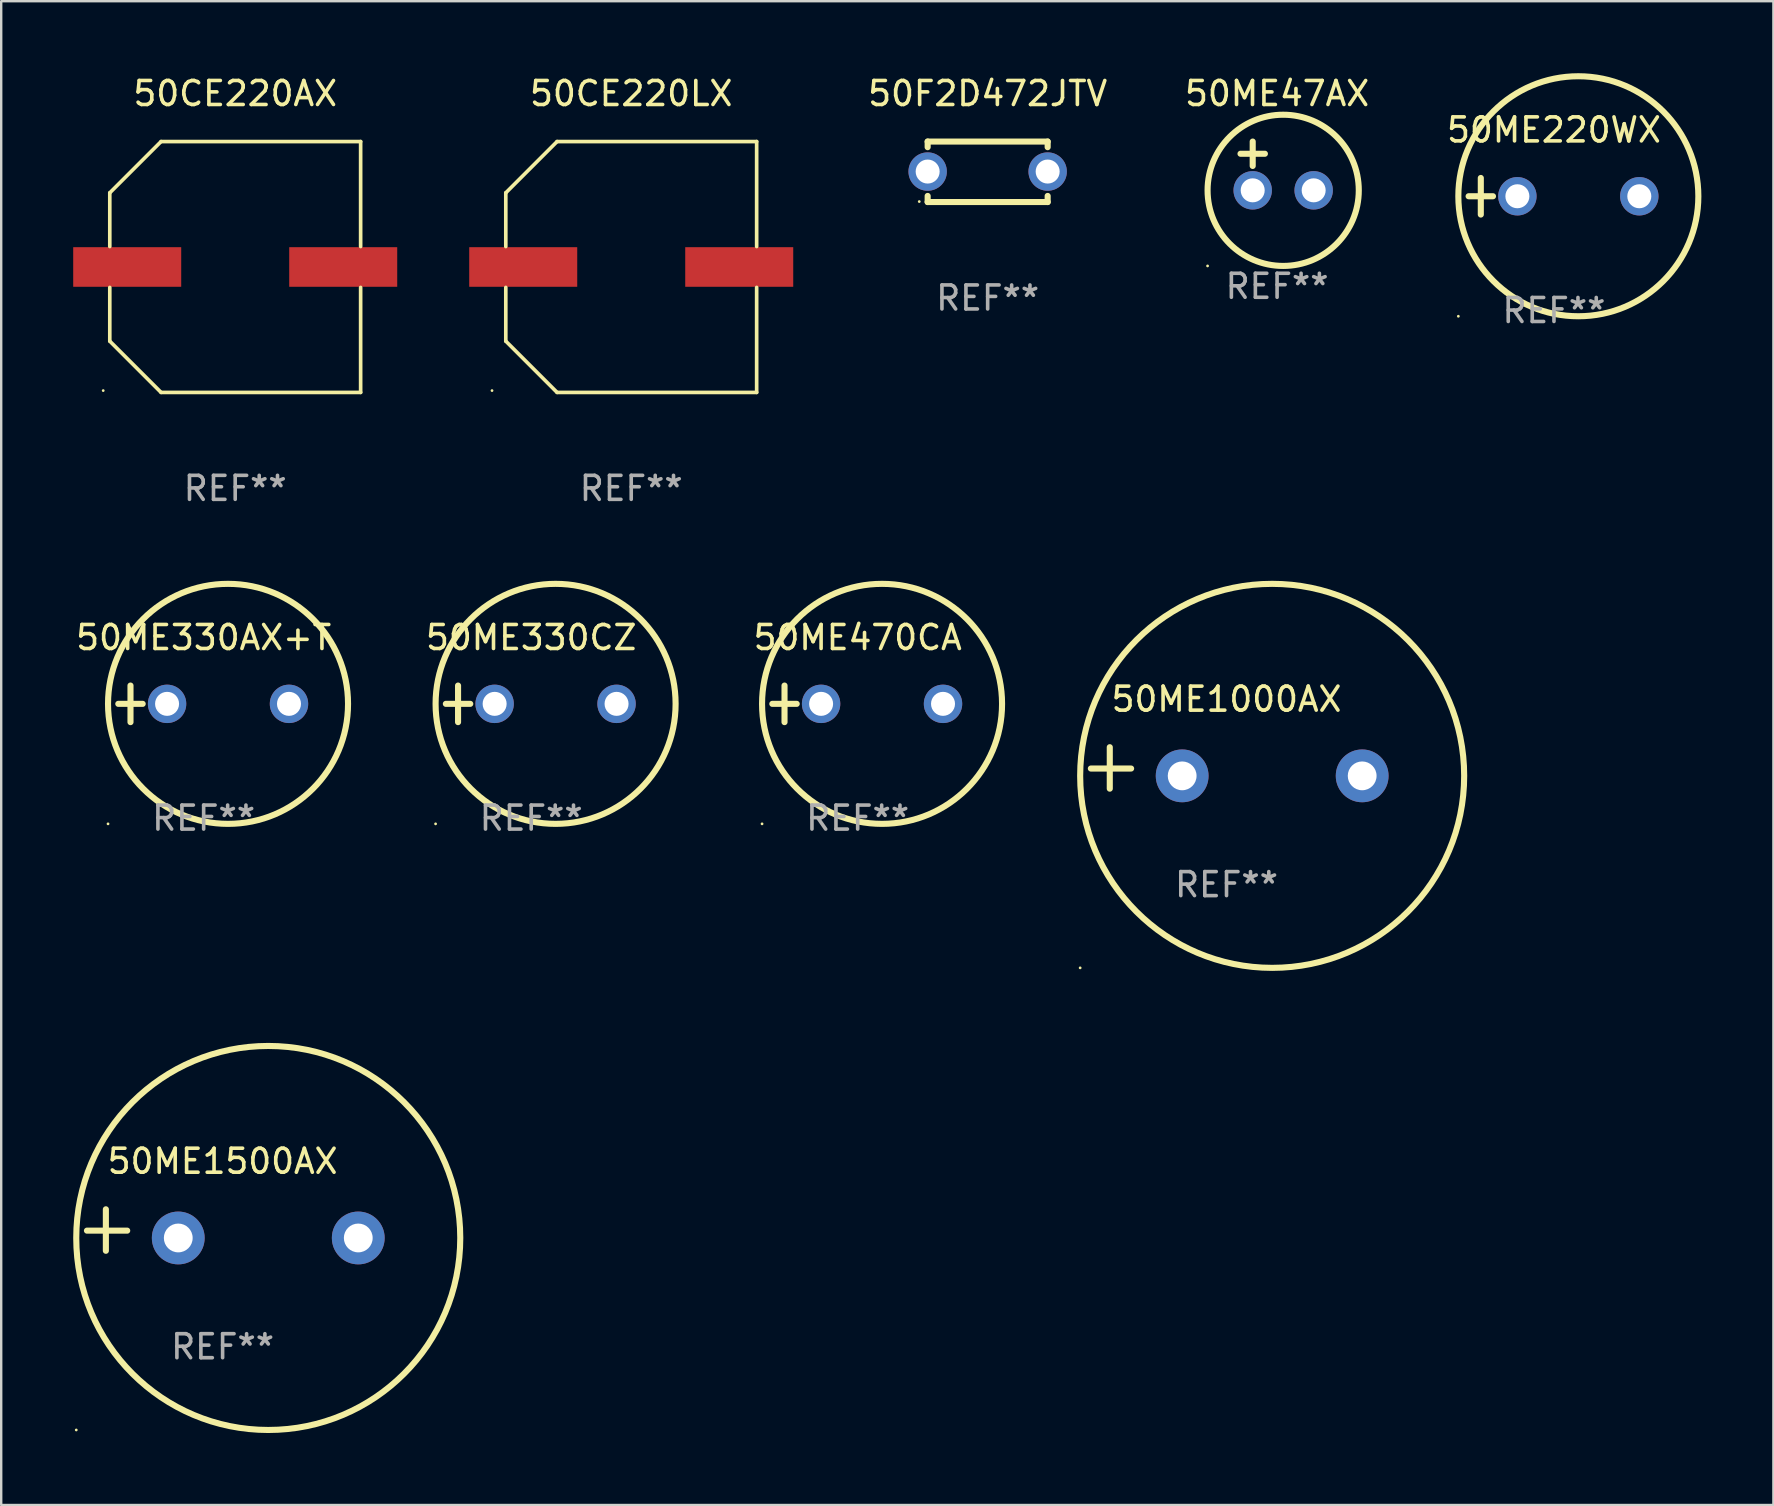
<source format=kicad_pcb>
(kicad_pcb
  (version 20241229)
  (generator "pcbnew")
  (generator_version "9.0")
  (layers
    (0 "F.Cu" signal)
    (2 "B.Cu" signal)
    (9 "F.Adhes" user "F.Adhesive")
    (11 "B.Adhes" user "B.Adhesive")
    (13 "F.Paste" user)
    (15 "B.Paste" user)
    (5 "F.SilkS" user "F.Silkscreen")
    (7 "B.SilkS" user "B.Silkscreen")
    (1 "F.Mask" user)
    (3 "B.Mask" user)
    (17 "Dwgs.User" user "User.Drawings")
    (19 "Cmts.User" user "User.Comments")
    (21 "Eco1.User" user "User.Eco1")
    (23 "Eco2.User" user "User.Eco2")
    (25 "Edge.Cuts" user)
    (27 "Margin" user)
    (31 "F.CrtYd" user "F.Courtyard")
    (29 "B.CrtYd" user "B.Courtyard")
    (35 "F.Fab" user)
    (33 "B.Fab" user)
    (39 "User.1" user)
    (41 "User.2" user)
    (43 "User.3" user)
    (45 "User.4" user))
  (footprint "50ME330AX+T"
    (layer "F.Cu")
    (at 5.435 26.276)
    (property "Reference" "50ME330AX+T" (at 0 -2.762 0) (layer "F.SilkS") (effects (font (size 1 1) (thickness 0.15))))
    (attr through_hole)
    (fp_line (start -3.556 0) (end -2.54 0) (stroke (width 0.254) (type solid)) (layer "F.SilkS"))
    (fp_line (start -3.048 -0.762) (end -3.048 0.762) (stroke (width 0.254) (type solid)) (layer "F.SilkS"))
    (fp_circle (center -3.984 5) (end -3.954 5) (stroke (width 0.06) (type solid)) (fill no) (layer "F.SilkS"))
    (fp_circle (center 1.016 0) (end 6.016 0) (stroke (width 0.254) (type solid)) (fill no) (layer "F.SilkS"))
    (fp_text user "REF**" (at 0 4.762 0) (layer "F.Fab") (effects (font (size 1 1) (thickness 0.15))))
    (pad "1" thru_hole circle (at -1.524 0) (size 1.6 1.6) (drill 1) (layers "*.Cu" "*.Mask"))
    (pad "2" thru_hole circle (at 3.556 0) (size 1.6 1.6) (drill 1) (layers "*.Cu" "*.Mask")))
  (footprint "50ME47AX"
    (layer "F.Cu")
    (at 50.16 3.864)
    (property "Reference" "50ME47AX" (at 0 -3.016 0) (layer "F.SilkS") (effects (font (size 1 1) (thickness 0.15))))
    (attr through_hole)
    (fp_line (start -1.524 -0.508) (end -0.508 -0.508) (stroke (width 0.254) (type solid)) (layer "F.SilkS"))
    (fp_line (start -1.016 -1.016) (end -1.016 0) (stroke (width 0.254) (type solid)) (layer "F.SilkS"))
    (fp_circle (center -2.896 4.166) (end -2.866 4.166) (stroke (width 0.06) (type solid)) (fill no) (layer "F.SilkS"))
    (fp_circle (center 0.254 1.016) (end 3.404 1.016) (stroke (width 0.254) (type solid)) (fill no) (layer "F.SilkS"))
    (fp_text user "REF**" (at 0 5.016 0) (layer "F.Fab") (effects (font (size 1 1) (thickness 0.15))))
    (pad "1" thru_hole circle (at -1.016 1.016) (size 1.6 1.6) (drill 1) (layers "*.Cu" "*.Mask"))
    (pad "2" thru_hole circle (at 1.524 1.016) (size 1.6 1.6) (drill 1) (layers "*.Cu" "*.Mask")))
  (footprint "50ME1000AX"
    (layer "F.Cu")
    (at 48.053 28.946)
    (property "Reference" "50ME1000AX" (at 0 -2.864 0) (layer "F.SilkS") (effects (font (size 1 1) (thickness 0.15))))
    (attr through_hole)
    (fp_line (start -4.864 0.864) (end -4.864 -0.864) (stroke (width 0.254) (type solid)) (layer "F.SilkS"))
    (fp_line (start -3.975 0.025) (end -5.652 0.025) (stroke (width 0.254) (type solid)) (layer "F.SilkS"))
    (fp_circle (center -6.098 8.33) (end -6.068 8.33) (stroke (width 0.06) (type solid)) (fill no) (layer "F.SilkS"))
    (fp_circle (center 1.902 0.33) (end 9.902 0.33) (stroke (width 0.254) (type solid)) (fill no) (layer "F.SilkS"))
    (fp_text user "REF**" (at 0 4.864 0) (layer "F.Fab") (effects (font (size 1 1) (thickness 0.15))))
    (pad "1" thru_hole circle (at -1.848 0.33) (size 2.2 2.2) (drill 1.2) (layers "*.Cu" "*.Mask"))
    (pad "2" thru_hole circle (at 5.652 0.33) (size 2.2 2.2) (drill 1.2) (layers "*.Cu" "*.Mask")))
  (footprint "50CE220LX"
    (layer "F.Cu")
    (at 23.25 8.074)
    (property "Reference" "50CE220LX" (at 0 -7.226 0) (layer "F.SilkS") (effects (font (size 1 1) (thickness 0.15))))
    (attr through_hole)
    (fp_line (start -5.226 -3.09) (end -5.226 -0.852) (stroke (width 0.152) (type solid)) (layer "F.SilkS"))
    (fp_line (start -5.226 3.09) (end -5.226 0.852) (stroke (width 0.152) (type solid)) (layer "F.SilkS"))
    (fp_line (start -3.09 -5.226) (end -5.226 -3.09) (stroke (width 0.152) (type solid)) (layer "F.SilkS"))
    (fp_line (start -3.09 5.226) (end -5.226 3.09) (stroke (width 0.152) (type solid)) (layer "F.SilkS"))
    (fp_line (start 5.226 -5.226) (end -3.09 -5.226) (stroke (width 0.152) (type solid)) (layer "F.SilkS"))
    (fp_line (start 5.226 -0.852) (end 5.226 -5.226) (stroke (width 0.152) (type solid)) (layer "F.SilkS"))
    (fp_line (start 5.226 0.852) (end 5.226 5.226) (stroke (width 0.152) (type solid)) (layer "F.SilkS"))
    (fp_line (start 5.226 5.226) (end -3.09 5.226) (stroke (width 0.152) (type solid)) (layer "F.SilkS"))
    (fp_circle (center -5.8 5.15) (end -5.77 5.15) (stroke (width 0.06) (type solid)) (fill no) (layer "F.SilkS"))
    (fp_text user "REF**" (at 0 9.226 0) (layer "F.Fab") (effects (font (size 1 1) (thickness 0.15))))
    (pad "1" smd rect (at -4.5 0) (size 4.5 1.65) (layers "F.Cu" "F.Mask" "F.Paste"))
    (pad "2" smd rect (at 4.5 0) (size 4.5 1.65) (layers "F.Cu" "F.Mask" "F.Paste")))
  (footprint "50CE220AX"
    (layer "F.Cu")
    (at 6.75 8.074)
    (property "Reference" "50CE220AX" (at 0 -7.226 0) (layer "F.SilkS") (effects (font (size 1 1) (thickness 0.15))))
    (attr through_hole)
    (fp_line (start -5.226 -3.09) (end -5.226 -0.852) (stroke (width 0.152) (type solid)) (layer "F.SilkS"))
    (fp_line (start -5.226 3.09) (end -5.226 0.852) (stroke (width 0.152) (type solid)) (layer "F.SilkS"))
    (fp_line (start -3.09 -5.226) (end -5.226 -3.09) (stroke (width 0.152) (type solid)) (layer "F.SilkS"))
    (fp_line (start -3.09 5.226) (end -5.226 3.09) (stroke (width 0.152) (type solid)) (layer "F.SilkS"))
    (fp_line (start 5.226 -5.226) (end -3.09 -5.226) (stroke (width 0.152) (type solid)) (layer "F.SilkS"))
    (fp_line (start 5.226 -0.852) (end 5.226 -5.226) (stroke (width 0.152) (type solid)) (layer "F.SilkS"))
    (fp_line (start 5.226 0.852) (end 5.226 5.226) (stroke (width 0.152) (type solid)) (layer "F.SilkS"))
    (fp_line (start 5.226 5.226) (end -3.09 5.226) (stroke (width 0.152) (type solid)) (layer "F.SilkS"))
    (fp_circle (center -5.5 5.15) (end -5.47 5.15) (stroke (width 0.06) (type solid)) (fill no) (layer "F.SilkS"))
    (fp_text user "REF**" (at 0 9.226 0) (layer "F.Fab") (effects (font (size 1 1) (thickness 0.15))))
    (pad "1" smd rect (at -4.5 -0.000025) (size 4.5 1.65) (layers "F.Cu" "F.Mask" "F.Paste"))
    (pad "2" smd rect (at 4.5 -0.000025) (size 4.5 1.65) (layers "F.Cu" "F.Mask" "F.Paste")))
  (footprint "50ME220WX"
    (layer "F.Cu")
    (at 61.696 5.127)
    (property "Reference" "50ME220WX" (at 0 -2.762 0) (layer "F.SilkS") (effects (font (size 1 1) (thickness 0.15))))
    (attr through_hole)
    (fp_line (start -3.556 0) (end -2.54 0) (stroke (width 0.254) (type solid)) (layer "F.SilkS"))
    (fp_line (start -3.048 -0.762) (end -3.048 0.762) (stroke (width 0.254) (type solid)) (layer "F.SilkS"))
    (fp_circle (center -3.984 5) (end -3.954 5) (stroke (width 0.06) (type solid)) (fill no) (layer "F.SilkS"))
    (fp_circle (center 1.016 0) (end 6.016 0) (stroke (width 0.254) (type solid)) (fill no) (layer "F.SilkS"))
    (fp_text user "REF**" (at 0 4.762 0) (layer "F.Fab") (effects (font (size 1 1) (thickness 0.15))))
    (pad "1" thru_hole circle (at -1.524 0) (size 1.6 1.6) (drill 1) (layers "*.Cu" "*.Mask"))
    (pad "2" thru_hole circle (at 3.556 0) (size 1.6 1.6) (drill 1) (layers "*.Cu" "*.Mask")))
  (footprint "50ME330CZ"
    (layer "F.Cu")
    (at 19.083 26.276)
    (property "Reference" "50ME330CZ" (at 0 -2.762 0) (layer "F.SilkS") (effects (font (size 1 1) (thickness 0.15))))
    (attr through_hole)
    (fp_line (start -3.556 0) (end -2.54 0) (stroke (width 0.254) (type solid)) (layer "F.SilkS"))
    (fp_line (start -3.048 -0.762) (end -3.048 0.762) (stroke (width 0.254) (type solid)) (layer "F.SilkS"))
    (fp_circle (center -3.984 5) (end -3.954 5) (stroke (width 0.06) (type solid)) (fill no) (layer "F.SilkS"))
    (fp_circle (center 1.016 0) (end 6.016 0) (stroke (width 0.254) (type solid)) (fill no) (layer "F.SilkS"))
    (fp_text user "REF**" (at 0 4.762 0) (layer "F.Fab") (effects (font (size 1 1) (thickness 0.15))))
    (pad "1" thru_hole circle (at -1.524 0) (size 1.6 1.6) (drill 1) (layers "*.Cu" "*.Mask"))
    (pad "2" thru_hole circle (at 3.556 0) (size 1.6 1.6) (drill 1) (layers "*.Cu" "*.Mask")))
  (footprint "50ME1500AX"
    (layer "F.Cu")
    (at 6.225 48.2)
    (property "Reference" "50ME1500AX" (at 0 -2.864 0) (layer "F.SilkS") (effects (font (size 1 1) (thickness 0.15))))
    (attr through_hole)
    (fp_line (start -4.864 0.864) (end -4.864 -0.864) (stroke (width 0.254) (type solid)) (layer "F.SilkS"))
    (fp_line (start -3.975 0.025) (end -5.652 0.025) (stroke (width 0.254) (type solid)) (layer "F.SilkS"))
    (fp_circle (center -6.098 8.33) (end -6.068 8.33) (stroke (width 0.06) (type solid)) (fill no) (layer "F.SilkS"))
    (fp_circle (center 1.902 0.33) (end 9.902 0.33) (stroke (width 0.254) (type solid)) (fill no) (layer "F.SilkS"))
    (fp_text user "REF**" (at 0 4.864 0) (layer "F.Fab") (effects (font (size 1 1) (thickness 0.15))))
    (pad "1" thru_hole circle (at -1.848 0.33) (size 2.2 2.2) (drill 1.2) (layers "*.Cu" "*.Mask"))
    (pad "2" thru_hole circle (at 5.652 0.33) (size 2.2 2.2) (drill 1.2) (layers "*.Cu" "*.Mask")))
  (footprint "50F2D472JTV"
    (layer "F.Cu")
    (at 38.101 4.108)
    (property "Reference" "50F2D472JTV" (at 0 -3.26 0) (layer "F.SilkS") (effects (font (size 1 1) (thickness 0.15))))
    (attr through_hole)
    (fp_line (start -2.5 -1.26) (end -2.5 -1.026) (stroke (width 0.254) (type solid)) (layer "F.SilkS"))
    (fp_line (start -2.5 -1.26) (end 2.5 -1.26) (stroke (width 0.254) (type solid)) (layer "F.SilkS"))
    (fp_line (start -2.5 1.26) (end -2.5 1.006) (stroke (width 0.254) (type solid)) (layer "F.SilkS"))
    (fp_line (start 2.5 -1.26) (end 2.5 -1.026) (stroke (width 0.254) (type solid)) (layer "F.SilkS"))
    (fp_line (start 2.5 1.26) (end -2.5 1.26) (stroke (width 0.254) (type solid)) (layer "F.SilkS"))
    (fp_line (start 2.5 1.26) (end 2.5 1.006) (stroke (width 0.254) (type solid)) (layer "F.SilkS"))
    (fp_circle (center -2.85 1.24) (end -2.82 1.24) (stroke (width 0.06) (type solid)) (fill no) (layer "F.SilkS"))
    (fp_text user "REF**" (at 0 5.26 0) (layer "F.Fab") (effects (font (size 1 1) (thickness 0.15))))
    (pad "1" thru_hole circle (at -2.5 -0.01) (size 1.6 1.6) (drill 1) (layers "*.Cu" "*.Mask"))
    (pad "2" thru_hole circle (at 2.5 -0.01) (size 1.6 1.6) (drill 1) (layers "*.Cu" "*.Mask")))
  (footprint "50ME470CA"
    (layer "F.Cu")
    (at 32.685 26.276)
    (property "Reference" "50ME470CA" (at 0 -2.762 0) (layer "F.SilkS") (effects (font (size 1 1) (thickness 0.15))))
    (attr through_hole)
    (fp_line (start -3.556 0) (end -2.54 0) (stroke (width 0.254) (type solid)) (layer "F.SilkS"))
    (fp_line (start -3.048 -0.762) (end -3.048 0.762) (stroke (width 0.254) (type solid)) (layer "F.SilkS"))
    (fp_circle (center -3.984 5) (end -3.954 5) (stroke (width 0.06) (type solid)) (fill no) (layer "F.SilkS"))
    (fp_circle (center 1.016 0) (end 6.016 0) (stroke (width 0.254) (type solid)) (fill no) (layer "F.SilkS"))
    (fp_text user "REF**" (at 0 4.762 0) (layer "F.Fab") (effects (font (size 1 1) (thickness 0.15))))
    (pad "1" thru_hole circle (at -1.524 0) (size 1.6 1.6) (drill 1) (layers "*.Cu" "*.Mask"))
    (pad "2" thru_hole circle (at 3.556 0) (size 1.6 1.6) (drill 1) (layers "*.Cu" "*.Mask")))
  (gr_rect
    (start -3 -3)
    (end 70.839 59.657)
    (stroke (width 0.1) (type default))
    (fill no)
    (layer "Edge.Cuts")))
</source>
